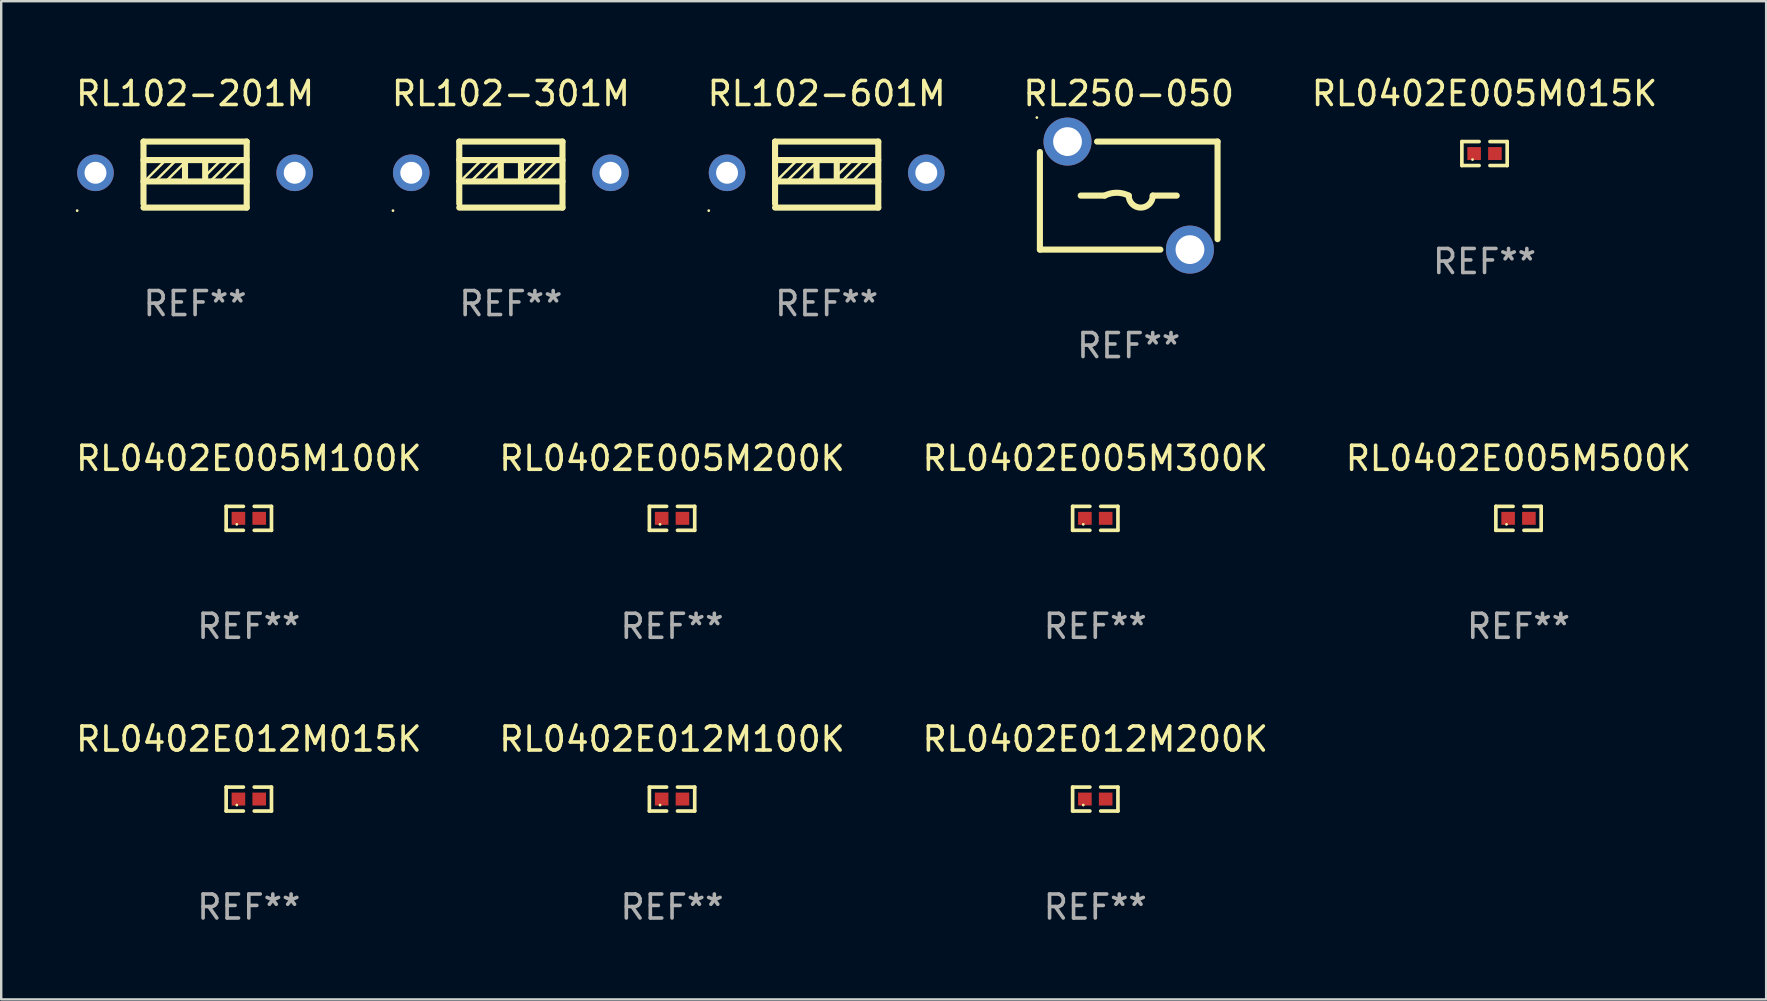
<source format=kicad_pcb>
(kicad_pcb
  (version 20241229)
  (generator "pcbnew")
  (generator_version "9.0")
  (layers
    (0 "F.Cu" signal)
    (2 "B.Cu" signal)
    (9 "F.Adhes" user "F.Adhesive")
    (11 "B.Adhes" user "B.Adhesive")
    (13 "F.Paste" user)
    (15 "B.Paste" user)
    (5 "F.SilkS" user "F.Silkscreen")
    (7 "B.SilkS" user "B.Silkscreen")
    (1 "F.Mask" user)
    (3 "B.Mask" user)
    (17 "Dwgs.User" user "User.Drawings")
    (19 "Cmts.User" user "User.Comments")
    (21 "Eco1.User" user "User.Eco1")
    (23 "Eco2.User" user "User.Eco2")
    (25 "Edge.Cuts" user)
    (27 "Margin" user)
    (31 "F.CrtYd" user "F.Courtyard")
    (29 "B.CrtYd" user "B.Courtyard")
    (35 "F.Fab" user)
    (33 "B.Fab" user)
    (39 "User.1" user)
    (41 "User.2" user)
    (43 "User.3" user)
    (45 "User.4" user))
  (footprint "RL0402E005M500K"
    (layer "F.Cu")
    (at 60.208 18.543)
    (property "Reference" "RL0402E005M500K" (at 0 -2.499 0) (layer "F.SilkS") (effects (font (size 1 1) (thickness 0.15))))
    (attr through_hole)
    (fp_line (start -0.944 -0.499) (end -0.226 -0.499) (stroke (width 0.152) (type solid)) (layer "F.SilkS"))
    (fp_line (start -0.944 0.499) (end -0.944 -0.499) (stroke (width 0.152) (type solid)) (layer "F.SilkS"))
    (fp_line (start -0.226 0.499) (end -0.944 0.499) (stroke (width 0.152) (type solid)) (layer "F.SilkS"))
    (fp_line (start 0.226 0.499) (end 0.944 0.499) (stroke (width 0.152) (type solid)) (layer "F.SilkS"))
    (fp_line (start 0.944 -0.499) (end 0.226 -0.499) (stroke (width 0.152) (type solid)) (layer "F.SilkS"))
    (fp_line (start 0.944 0.499) (end 0.944 -0.499) (stroke (width 0.152) (type solid)) (layer "F.SilkS"))
    (fp_circle (center -0.5 0.25) (end -0.47 0.25) (stroke (width 0.06) (type solid)) (fill no) (layer "F.SilkS"))
    (fp_text user "REF**" (at 0 4.499 0) (layer "F.Fab") (effects (font (size 1 1) (thickness 0.15))))
    (pad "1" smd rect (at -0.433 0) (size 0.566 0.54) (layers "F.Cu" "F.Mask" "F.Paste"))
    (pad "2" smd rect (at 0.433 0) (size 0.566 0.54) (layers "F.Cu" "F.Mask" "F.Paste")))
  (footprint "RL0402E005M200K"
    (layer "F.Cu")
    (at 24.946 18.543)
    (property "Reference" "RL0402E005M200K" (at 0 -2.499 0) (layer "F.SilkS") (effects (font (size 1 1) (thickness 0.15))))
    (attr through_hole)
    (fp_line (start -0.944 -0.499) (end -0.226 -0.499) (stroke (width 0.152) (type solid)) (layer "F.SilkS"))
    (fp_line (start -0.944 0.499) (end -0.944 -0.499) (stroke (width 0.152) (type solid)) (layer "F.SilkS"))
    (fp_line (start -0.226 0.499) (end -0.944 0.499) (stroke (width 0.152) (type solid)) (layer "F.SilkS"))
    (fp_line (start 0.226 0.499) (end 0.944 0.499) (stroke (width 0.152) (type solid)) (layer "F.SilkS"))
    (fp_line (start 0.944 -0.499) (end 0.226 -0.499) (stroke (width 0.152) (type solid)) (layer "F.SilkS"))
    (fp_line (start 0.944 0.499) (end 0.944 -0.499) (stroke (width 0.152) (type solid)) (layer "F.SilkS"))
    (fp_circle (center -0.5 0.25) (end -0.47 0.25) (stroke (width 0.06) (type solid)) (fill no) (layer "F.SilkS"))
    (fp_text user "REF**" (at 0 4.499 0) (layer "F.Fab") (effects (font (size 1 1) (thickness 0.15))))
    (pad "1" smd rect (at -0.433 0) (size 0.566 0.54) (layers "F.Cu" "F.Mask" "F.Paste"))
    (pad "2" smd rect (at 0.433 0) (size 0.566 0.54) (layers "F.Cu" "F.Mask" "F.Paste")))
  (footprint "RL0402E005M100K"
    (layer "F.Cu")
    (at 7.315 18.543)
    (property "Reference" "RL0402E005M100K" (at 0 -2.499 0) (layer "F.SilkS") (effects (font (size 1 1) (thickness 0.15))))
    (attr through_hole)
    (fp_line (start -0.944 -0.499) (end -0.226 -0.499) (stroke (width 0.152) (type solid)) (layer "F.SilkS"))
    (fp_line (start -0.944 0.499) (end -0.944 -0.499) (stroke (width 0.152) (type solid)) (layer "F.SilkS"))
    (fp_line (start -0.226 0.499) (end -0.944 0.499) (stroke (width 0.152) (type solid)) (layer "F.SilkS"))
    (fp_line (start 0.226 0.499) (end 0.944 0.499) (stroke (width 0.152) (type solid)) (layer "F.SilkS"))
    (fp_line (start 0.944 -0.499) (end 0.226 -0.499) (stroke (width 0.152) (type solid)) (layer "F.SilkS"))
    (fp_line (start 0.944 0.499) (end 0.944 -0.499) (stroke (width 0.152) (type solid)) (layer "F.SilkS"))
    (fp_circle (center -0.5 0.25) (end -0.47 0.25) (stroke (width 0.06) (type solid)) (fill no) (layer "F.SilkS"))
    (fp_text user "REF**" (at 0 4.499 0) (layer "F.Fab") (effects (font (size 1 1) (thickness 0.15))))
    (pad "1" smd rect (at -0.433 0) (size 0.566 0.54) (layers "F.Cu" "F.Mask" "F.Paste"))
    (pad "2" smd rect (at 0.433 0) (size 0.566 0.54) (layers "F.Cu" "F.Mask" "F.Paste")))
  (footprint "RL0402E012M100K"
    (layer "F.Cu")
    (at 24.946 30.237)
    (property "Reference" "RL0402E012M100K" (at 0 -2.499 0) (layer "F.SilkS") (effects (font (size 1 1) (thickness 0.15))))
    (attr through_hole)
    (fp_line (start -0.944 -0.499) (end -0.226 -0.499) (stroke (width 0.152) (type solid)) (layer "F.SilkS"))
    (fp_line (start -0.944 0.499) (end -0.944 -0.499) (stroke (width 0.152) (type solid)) (layer "F.SilkS"))
    (fp_line (start -0.226 0.499) (end -0.944 0.499) (stroke (width 0.152) (type solid)) (layer "F.SilkS"))
    (fp_line (start 0.226 0.499) (end 0.944 0.499) (stroke (width 0.152) (type solid)) (layer "F.SilkS"))
    (fp_line (start 0.944 -0.499) (end 0.226 -0.499) (stroke (width 0.152) (type solid)) (layer "F.SilkS"))
    (fp_line (start 0.944 0.499) (end 0.944 -0.499) (stroke (width 0.152) (type solid)) (layer "F.SilkS"))
    (fp_circle (center -0.5 0.25) (end -0.47 0.25) (stroke (width 0.06) (type solid)) (fill no) (layer "F.SilkS"))
    (fp_text user "REF**" (at 0 4.499 0) (layer "F.Fab") (effects (font (size 1 1) (thickness 0.15))))
    (pad "1" smd rect (at -0.433 0) (size 0.566 0.54) (layers "F.Cu" "F.Mask" "F.Paste"))
    (pad "2" smd rect (at 0.433 0) (size 0.566 0.54) (layers "F.Cu" "F.Mask" "F.Paste")))
  (footprint "RL0402E005M300K"
    (layer "F.Cu")
    (at 42.577 18.543)
    (property "Reference" "RL0402E005M300K" (at 0 -2.499 0) (layer "F.SilkS") (effects (font (size 1 1) (thickness 0.15))))
    (attr through_hole)
    (fp_line (start -0.944 -0.499) (end -0.226 -0.499) (stroke (width 0.152) (type solid)) (layer "F.SilkS"))
    (fp_line (start -0.944 0.499) (end -0.944 -0.499) (stroke (width 0.152) (type solid)) (layer "F.SilkS"))
    (fp_line (start -0.226 0.499) (end -0.944 0.499) (stroke (width 0.152) (type solid)) (layer "F.SilkS"))
    (fp_line (start 0.226 0.499) (end 0.944 0.499) (stroke (width 0.152) (type solid)) (layer "F.SilkS"))
    (fp_line (start 0.944 -0.499) (end 0.226 -0.499) (stroke (width 0.152) (type solid)) (layer "F.SilkS"))
    (fp_line (start 0.944 0.499) (end 0.944 -0.499) (stroke (width 0.152) (type solid)) (layer "F.SilkS"))
    (fp_circle (center -0.5 0.25) (end -0.47 0.25) (stroke (width 0.06) (type solid)) (fill no) (layer "F.SilkS"))
    (fp_text user "REF**" (at 0 4.499 0) (layer "F.Fab") (effects (font (size 1 1) (thickness 0.15))))
    (pad "1" smd rect (at -0.433 0) (size 0.566 0.54) (layers "F.Cu" "F.Mask" "F.Paste"))
    (pad "2" smd rect (at 0.433 0) (size 0.566 0.54) (layers "F.Cu" "F.Mask" "F.Paste")))
  (footprint "RL102-301M"
    (layer "F.Cu")
    (at 18.232 4.223)
    (property "Reference" "RL102-301M" (at 0 -3.375 0) (layer "F.SilkS") (effects (font (size 1 1) (thickness 0.15))))
    (attr through_hole)
    (fp_line (start -2.15 -1.375) (end -2.15 1.215) (stroke (width 0.254) (type solid)) (layer "F.SilkS"))
    (fp_line (start -2.15 -1.375) (end 2.15 -1.375) (stroke (width 0.254) (type solid)) (layer "F.SilkS"))
    (fp_line (start -2.15 -0.605) (end 2.15 -0.605) (stroke (width 0.254) (type solid)) (layer "F.SilkS"))
    (fp_line (start -2.15 0.285) (end 2.15 0.285) (stroke (width 0.254) (type solid)) (layer "F.SilkS"))
    (fp_line (start -1.27 -0.555) (end -2.08 0.255) (stroke (width 0.102) (type solid)) (layer "F.SilkS"))
    (fp_line (start -1.13 -0.555) (end -1.27 -0.555) (stroke (width 0.102) (type solid)) (layer "F.SilkS"))
    (fp_line (start -0.83 -0.555) (end -1.66 0.275) (stroke (width 0.102) (type solid)) (layer "F.SilkS"))
    (fp_line (start -0.77 -0.555) (end -0.83 -0.555) (stroke (width 0.102) (type solid)) (layer "F.SilkS"))
    (fp_line (start -0.43 -0.535) (end -0.43 -0.505) (stroke (width 0.102) (type solid)) (layer "F.SilkS"))
    (fp_line (start -0.43 -0.505) (end -1.21 0.275) (stroke (width 0.102) (type solid)) (layer "F.SilkS"))
    (fp_line (start -0.42 -0.605) (end -0.42 0.265) (stroke (width 0.254) (type solid)) (layer "F.SilkS"))
    (fp_line (start 0.42 -0.605) (end 0.42 0.265) (stroke (width 0.254) (type solid)) (layer "F.SilkS"))
    (fp_line (start 1.108 -0.629) (end 0.478 0.001) (stroke (width 0.102) (type solid)) (layer "F.SilkS"))
    (fp_line (start 1.468 -0.559) (end 0.658 0.251) (stroke (width 0.102) (type solid)) (layer "F.SilkS"))
    (fp_line (start 1.608 -0.559) (end 1.468 -0.559) (stroke (width 0.102) (type solid)) (layer "F.SilkS"))
    (fp_line (start 1.908 -0.559) (end 1.078 0.271) (stroke (width 0.102) (type solid)) (layer "F.SilkS"))
    (fp_line (start 1.968 -0.559) (end 1.908 -0.559) (stroke (width 0.102) (type solid)) (layer "F.SilkS"))
    (fp_line (start 2.15 1.375) (end -2.15 1.375) (stroke (width 0.254) (type solid)) (layer "F.SilkS"))
    (fp_line (start 2.15 1.375) (end 2.15 -1.375) (stroke (width 0.254) (type solid)) (layer "F.SilkS"))
    (fp_circle (center -4.912 1.502) (end -4.882 1.502) (stroke (width 0.06) (type solid)) (fill no) (layer "F.SilkS"))
    (fp_text user "REF**" (at 0 5.375 0) (layer "F.Fab") (effects (font (size 1 1) (thickness 0.15))))
    (pad "1" thru_hole circle (at -4.15 -0.075) (size 1.524 1.524) (drill 0.914) (layers "*.Cu" "*.Mask"))
    (pad "2" thru_hole circle (at 4.15 -0.075) (size 1.524 1.524) (drill 0.914) (layers "*.Cu" "*.Mask")))
  (footprint "RL102-601M"
    (layer "F.Cu")
    (at 31.387 4.223)
    (property "Reference" "RL102-601M" (at 0 -3.375 0) (layer "F.SilkS") (effects (font (size 1 1) (thickness 0.15))))
    (attr through_hole)
    (fp_line (start -2.15 -1.375) (end -2.15 1.215) (stroke (width 0.254) (type solid)) (layer "F.SilkS"))
    (fp_line (start -2.15 -1.375) (end 2.15 -1.375) (stroke (width 0.254) (type solid)) (layer "F.SilkS"))
    (fp_line (start -2.15 -0.605) (end 2.15 -0.605) (stroke (width 0.254) (type solid)) (layer "F.SilkS"))
    (fp_line (start -2.15 0.285) (end 2.15 0.285) (stroke (width 0.254) (type solid)) (layer "F.SilkS"))
    (fp_line (start -1.27 -0.555) (end -2.08 0.255) (stroke (width 0.102) (type solid)) (layer "F.SilkS"))
    (fp_line (start -1.13 -0.555) (end -1.27 -0.555) (stroke (width 0.102) (type solid)) (layer "F.SilkS"))
    (fp_line (start -0.83 -0.555) (end -1.66 0.275) (stroke (width 0.102) (type solid)) (layer "F.SilkS"))
    (fp_line (start -0.77 -0.555) (end -0.83 -0.555) (stroke (width 0.102) (type solid)) (layer "F.SilkS"))
    (fp_line (start -0.43 -0.535) (end -0.43 -0.505) (stroke (width 0.102) (type solid)) (layer "F.SilkS"))
    (fp_line (start -0.43 -0.505) (end -1.21 0.275) (stroke (width 0.102) (type solid)) (layer "F.SilkS"))
    (fp_line (start -0.42 -0.605) (end -0.42 0.265) (stroke (width 0.254) (type solid)) (layer "F.SilkS"))
    (fp_line (start 0.42 -0.605) (end 0.42 0.265) (stroke (width 0.254) (type solid)) (layer "F.SilkS"))
    (fp_line (start 1.108 -0.629) (end 0.478 0.001) (stroke (width 0.102) (type solid)) (layer "F.SilkS"))
    (fp_line (start 1.468 -0.559) (end 0.658 0.251) (stroke (width 0.102) (type solid)) (layer "F.SilkS"))
    (fp_line (start 1.608 -0.559) (end 1.468 -0.559) (stroke (width 0.102) (type solid)) (layer "F.SilkS"))
    (fp_line (start 1.908 -0.559) (end 1.078 0.271) (stroke (width 0.102) (type solid)) (layer "F.SilkS"))
    (fp_line (start 1.968 -0.559) (end 1.908 -0.559) (stroke (width 0.102) (type solid)) (layer "F.SilkS"))
    (fp_line (start 2.15 1.375) (end -2.15 1.375) (stroke (width 0.254) (type solid)) (layer "F.SilkS"))
    (fp_line (start 2.15 1.375) (end 2.15 -1.375) (stroke (width 0.254) (type solid)) (layer "F.SilkS"))
    (fp_circle (center -4.912 1.502) (end -4.882 1.502) (stroke (width 0.06) (type solid)) (fill no) (layer "F.SilkS"))
    (fp_text user "REF**" (at 0 5.375 0) (layer "F.Fab") (effects (font (size 1 1) (thickness 0.15))))
    (pad "1" thru_hole circle (at -4.15 -0.075) (size 1.524 1.524) (drill 0.914) (layers "*.Cu" "*.Mask"))
    (pad "2" thru_hole circle (at 4.15 -0.075) (size 1.524 1.524) (drill 0.914) (layers "*.Cu" "*.Mask")))
  (footprint "RL0402E012M200K"
    (layer "F.Cu")
    (at 42.577 30.237)
    (property "Reference" "RL0402E012M200K" (at 0 -2.499 0) (layer "F.SilkS") (effects (font (size 1 1) (thickness 0.15))))
    (attr through_hole)
    (fp_line (start -0.944 -0.499) (end -0.226 -0.499) (stroke (width 0.152) (type solid)) (layer "F.SilkS"))
    (fp_line (start -0.944 0.499) (end -0.944 -0.499) (stroke (width 0.152) (type solid)) (layer "F.SilkS"))
    (fp_line (start -0.226 0.499) (end -0.944 0.499) (stroke (width 0.152) (type solid)) (layer "F.SilkS"))
    (fp_line (start 0.226 0.499) (end 0.944 0.499) (stroke (width 0.152) (type solid)) (layer "F.SilkS"))
    (fp_line (start 0.944 -0.499) (end 0.226 -0.499) (stroke (width 0.152) (type solid)) (layer "F.SilkS"))
    (fp_line (start 0.944 0.499) (end 0.944 -0.499) (stroke (width 0.152) (type solid)) (layer "F.SilkS"))
    (fp_circle (center -0.5 0.25) (end -0.47 0.25) (stroke (width 0.06) (type solid)) (fill no) (layer "F.SilkS"))
    (fp_text user "REF**" (at 0 4.499 0) (layer "F.Fab") (effects (font (size 1 1) (thickness 0.15))))
    (pad "1" smd rect (at -0.433 0) (size 0.566 0.54) (layers "F.Cu" "F.Mask" "F.Paste"))
    (pad "2" smd rect (at 0.433 0) (size 0.566 0.54) (layers "F.Cu" "F.Mask" "F.Paste")))
  (footprint "RL102-201M"
    (layer "F.Cu")
    (at 5.077 4.223)
    (property "Reference" "RL102-201M" (at 0 -3.375 0) (layer "F.SilkS") (effects (font (size 1 1) (thickness 0.15))))
    (attr through_hole)
    (fp_line (start -2.15 -1.375) (end -2.15 1.215) (stroke (width 0.254) (type solid)) (layer "F.SilkS"))
    (fp_line (start -2.15 -1.375) (end 2.15 -1.375) (stroke (width 0.254) (type solid)) (layer "F.SilkS"))
    (fp_line (start -2.15 -0.605) (end 2.15 -0.605) (stroke (width 0.254) (type solid)) (layer "F.SilkS"))
    (fp_line (start -2.15 0.285) (end 2.15 0.285) (stroke (width 0.254) (type solid)) (layer "F.SilkS"))
    (fp_line (start -1.27 -0.555) (end -2.08 0.255) (stroke (width 0.102) (type solid)) (layer "F.SilkS"))
    (fp_line (start -1.13 -0.555) (end -1.27 -0.555) (stroke (width 0.102) (type solid)) (layer "F.SilkS"))
    (fp_line (start -0.83 -0.555) (end -1.66 0.275) (stroke (width 0.102) (type solid)) (layer "F.SilkS"))
    (fp_line (start -0.77 -0.555) (end -0.83 -0.555) (stroke (width 0.102) (type solid)) (layer "F.SilkS"))
    (fp_line (start -0.43 -0.535) (end -0.43 -0.505) (stroke (width 0.102) (type solid)) (layer "F.SilkS"))
    (fp_line (start -0.43 -0.505) (end -1.21 0.275) (stroke (width 0.102) (type solid)) (layer "F.SilkS"))
    (fp_line (start -0.42 -0.605) (end -0.42 0.265) (stroke (width 0.254) (type solid)) (layer "F.SilkS"))
    (fp_line (start 0.42 -0.605) (end 0.42 0.265) (stroke (width 0.254) (type solid)) (layer "F.SilkS"))
    (fp_line (start 1.108 -0.629) (end 0.478 0.001) (stroke (width 0.102) (type solid)) (layer "F.SilkS"))
    (fp_line (start 1.468 -0.559) (end 0.658 0.251) (stroke (width 0.102) (type solid)) (layer "F.SilkS"))
    (fp_line (start 1.608 -0.559) (end 1.468 -0.559) (stroke (width 0.102) (type solid)) (layer "F.SilkS"))
    (fp_line (start 1.908 -0.559) (end 1.078 0.271) (stroke (width 0.102) (type solid)) (layer "F.SilkS"))
    (fp_line (start 1.968 -0.559) (end 1.908 -0.559) (stroke (width 0.102) (type solid)) (layer "F.SilkS"))
    (fp_line (start 2.15 1.375) (end -2.15 1.375) (stroke (width 0.254) (type solid)) (layer "F.SilkS"))
    (fp_line (start 2.15 1.375) (end 2.15 -1.375) (stroke (width 0.254) (type solid)) (layer "F.SilkS"))
    (fp_circle (center -4.912 1.502) (end -4.882 1.502) (stroke (width 0.06) (type solid)) (fill no) (layer "F.SilkS"))
    (fp_text user "REF**" (at 0 5.375 0) (layer "F.Fab") (effects (font (size 1 1) (thickness 0.15))))
    (pad "1" thru_hole circle (at -4.15 -0.075) (size 1.524 1.524) (drill 0.914) (layers "*.Cu" "*.Mask"))
    (pad "2" thru_hole circle (at 4.15 -0.075) (size 1.524 1.524) (drill 0.914) (layers "*.Cu" "*.Mask")))
  (footprint "RL0402E012M015K"
    (layer "F.Cu")
    (at 7.315 30.237)
    (property "Reference" "RL0402E012M015K" (at 0 -2.499 0) (layer "F.SilkS") (effects (font (size 1 1) (thickness 0.15))))
    (attr through_hole)
    (fp_line (start -0.944 -0.499) (end -0.226 -0.499) (stroke (width 0.152) (type solid)) (layer "F.SilkS"))
    (fp_line (start -0.944 0.499) (end -0.944 -0.499) (stroke (width 0.152) (type solid)) (layer "F.SilkS"))
    (fp_line (start -0.226 0.499) (end -0.944 0.499) (stroke (width 0.152) (type solid)) (layer "F.SilkS"))
    (fp_line (start 0.226 0.499) (end 0.944 0.499) (stroke (width 0.152) (type solid)) (layer "F.SilkS"))
    (fp_line (start 0.944 -0.499) (end 0.226 -0.499) (stroke (width 0.152) (type solid)) (layer "F.SilkS"))
    (fp_line (start 0.944 0.499) (end 0.944 -0.499) (stroke (width 0.152) (type solid)) (layer "F.SilkS"))
    (fp_circle (center -0.5 0.25) (end -0.47 0.25) (stroke (width 0.06) (type solid)) (fill no) (layer "F.SilkS"))
    (fp_text user "REF**" (at 0 4.499 0) (layer "F.Fab") (effects (font (size 1 1) (thickness 0.15))))
    (pad "1" smd rect (at -0.433 0) (size 0.566 0.54) (layers "F.Cu" "F.Mask" "F.Paste"))
    (pad "2" smd rect (at 0.433 0) (size 0.566 0.54) (layers "F.Cu" "F.Mask" "F.Paste")))
  (footprint "RL0402E005M015K"
    (layer "F.Cu")
    (at 58.792 3.347)
    (property "Reference" "RL0402E005M015K" (at 0 -2.499 0) (layer "F.SilkS") (effects (font (size 1 1) (thickness 0.15))))
    (attr through_hole)
    (fp_line (start -0.944 -0.499) (end -0.226 -0.499) (stroke (width 0.152) (type solid)) (layer "F.SilkS"))
    (fp_line (start -0.944 0.499) (end -0.944 -0.499) (stroke (width 0.152) (type solid)) (layer "F.SilkS"))
    (fp_line (start -0.226 0.499) (end -0.944 0.499) (stroke (width 0.152) (type solid)) (layer "F.SilkS"))
    (fp_line (start 0.226 0.499) (end 0.944 0.499) (stroke (width 0.152) (type solid)) (layer "F.SilkS"))
    (fp_line (start 0.944 -0.499) (end 0.226 -0.499) (stroke (width 0.152) (type solid)) (layer "F.SilkS"))
    (fp_line (start 0.944 0.499) (end 0.944 -0.499) (stroke (width 0.152) (type solid)) (layer "F.SilkS"))
    (fp_circle (center -0.5 0.25) (end -0.47 0.25) (stroke (width 0.06) (type solid)) (fill no) (layer "F.SilkS"))
    (fp_text user "REF**" (at 0 4.499 0) (layer "F.Fab") (effects (font (size 1 1) (thickness 0.15))))
    (pad "1" smd rect (at -0.433 0) (size 0.566 0.54) (layers "F.Cu" "F.Mask" "F.Paste"))
    (pad "2" smd rect (at 0.433 0) (size 0.566 0.54) (layers "F.Cu" "F.Mask" "F.Paste")))
  (footprint "RL250-050"
    (layer "F.Cu")
    (at 43.97 5.098)
    (property "Reference" "RL250-050" (at 0 -4.25 0) (layer "F.SilkS") (effects (font (size 1 1) (thickness 0.15))))
    (attr through_hole)
    (fp_line (start -3.7 2.25) (end -3.7 -1.815) (stroke (width 0.254) (type solid)) (layer "F.SilkS"))
    (fp_line (start -3.7 2.25) (end 1.319 2.25) (stroke (width 0.254) (type solid)) (layer "F.SilkS"))
    (fp_line (start -1 0) (end -2 0) (stroke (width 0.254) (type solid)) (layer "F.SilkS"))
    (fp_line (start 1 0) (end 2 0) (stroke (width 0.254) (type solid)) (layer "F.SilkS"))
    (fp_line (start 3.7 -2.25) (end -1.319 -2.25) (stroke (width 0.254) (type solid)) (layer "F.SilkS"))
    (fp_line (start 3.7 1.815) (end 3.7 -2.25) (stroke (width 0.254) (type solid)) (layer "F.SilkS"))
    (fp_arc (start -1.000762 0) (mid -0.500381 -0.118151) (end 0 0) (stroke (width 0.254001) (type solid)) (layer "F.SilkS"))
    (fp_arc (start 1.000762 0) (mid 0.500381 0.500127) (end 0 0) (stroke (width 0.254001) (type solid)) (layer "F.SilkS"))
    (fp_circle (center -3.827 -3.25) (end -3.797 -3.25) (stroke (width 0.06) (type solid)) (fill no) (layer "F.SilkS"))
    (fp_text user "REF**" (at 0 6.25 0) (layer "F.Fab") (effects (font (size 1 1) (thickness 0.15))))
    (pad "1" thru_hole circle (at -2.55 -2.25) (size 2 2) (drill 1.2) (layers "*.Cu" "*.Mask"))
    (pad "2" thru_hole circle (at 2.55 2.25) (size 2 2) (drill 1.2) (layers "*.Cu" "*.Mask")))
  (gr_rect
    (start -3 -3)
    (end 70.524 38.584)
    (stroke (width 0.1) (type default))
    (fill no)
    (layer "Edge.Cuts")))
</source>
